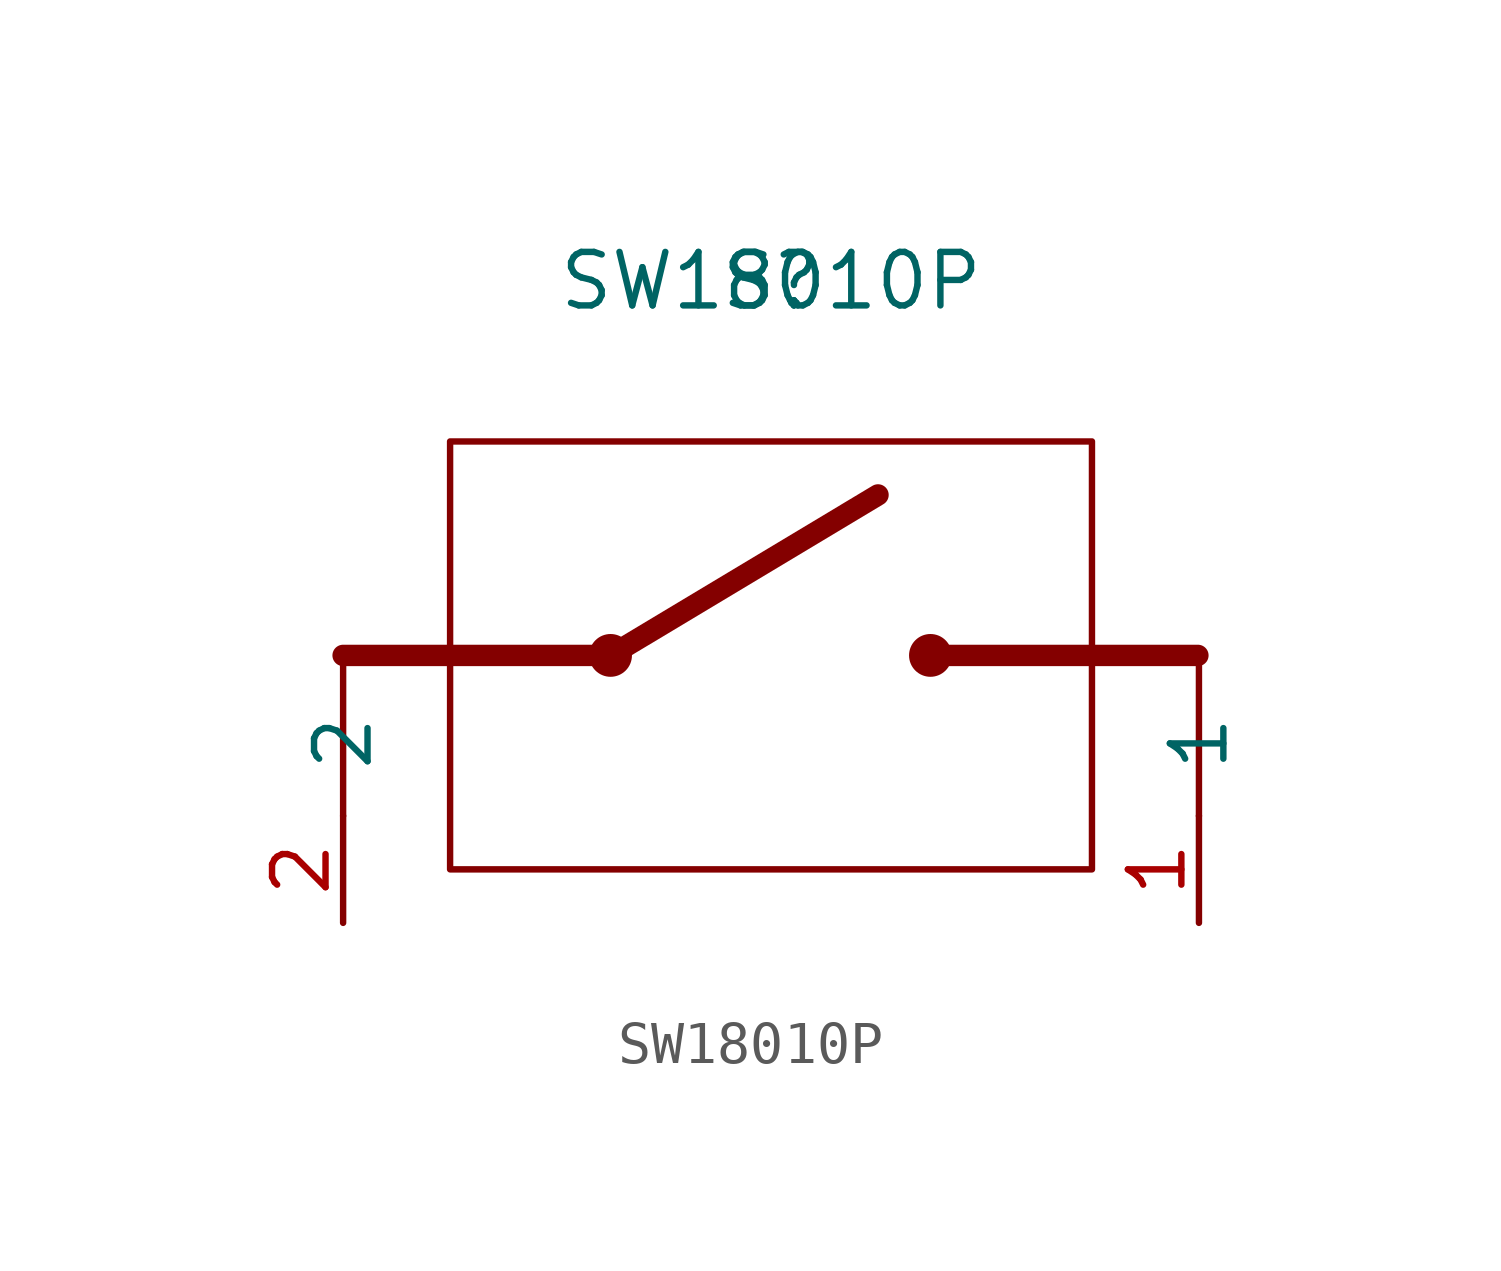
<source format=kicad_sym>
(kicad_symbol_lib
  (version 20211014)
  (generator kicad_symbol_editor)
  (symbol "SW18010P"
    (pin_names
      (offset 1.016))
    (property "Reference" "S"
      (at 0 8.89 0)
      (effects (font (size 1.27 1.27))))
    (property "Value" "SW18010P"
      (at 0 8.89 0)
      (effects (font (size 1.27 1.27))))
    (symbol "SW18010P_0_1"
      (rectangle (start -7.62 5.08) (end 7.62 -5.08) (stroke (width 0) (type default) (color 0 0 0 0)) (fill (type none)))
      (circle (center -3.81 0) (radius 0.432) (stroke (width 0) (type default) (color 0 0 0 0)) (fill (type outline)))
      (polyline (pts (xy -10.16 -3.81) (xy -10.16 0)) (stroke (width 0) (type default) (color 0 0 0 0)) (fill (type none)))
      (polyline (pts (xy -3.81 0) (xy -10.16 0)) (stroke (width 0.508) (type default) (color 0 0 0 0)) (fill (type none)))
      (polyline (pts (xy -3.81 0) (xy 2.54 3.81)) (stroke (width 0.508) (type default) (color 0 0 0 0)) (fill (type none)))
      (polyline (pts (xy 3.785 0) (xy 10.135 0)) (stroke (width 0.508) (type default) (color 0 0 0 0)) (fill (type none)))
      (polyline (pts (xy 10.16 -3.81) (xy 10.16 0)) (stroke (width 0) (type default) (color 0 0 0 0)) (fill (type none)))
      (circle (center 3.785 0) (radius 0.432) (stroke (width 0) (type default) (color 0 0 0 0)) (fill (type outline))))
    (symbol "SW18010P_1_1"
      (pin passive line (at 10.16 -6.35 90) (length 2.54) (name "1" (effects (font (size 1.27 1.27)))) (number "1" (effects (font (size 1.27 1.27)))))
      (pin passive line (at -10.16 -6.35 90) (length 2.54) (name "2" (effects (font (size 1.27 1.27)))) (number "2" (effects (font (size 1.27 1.27))))))))
</source>
